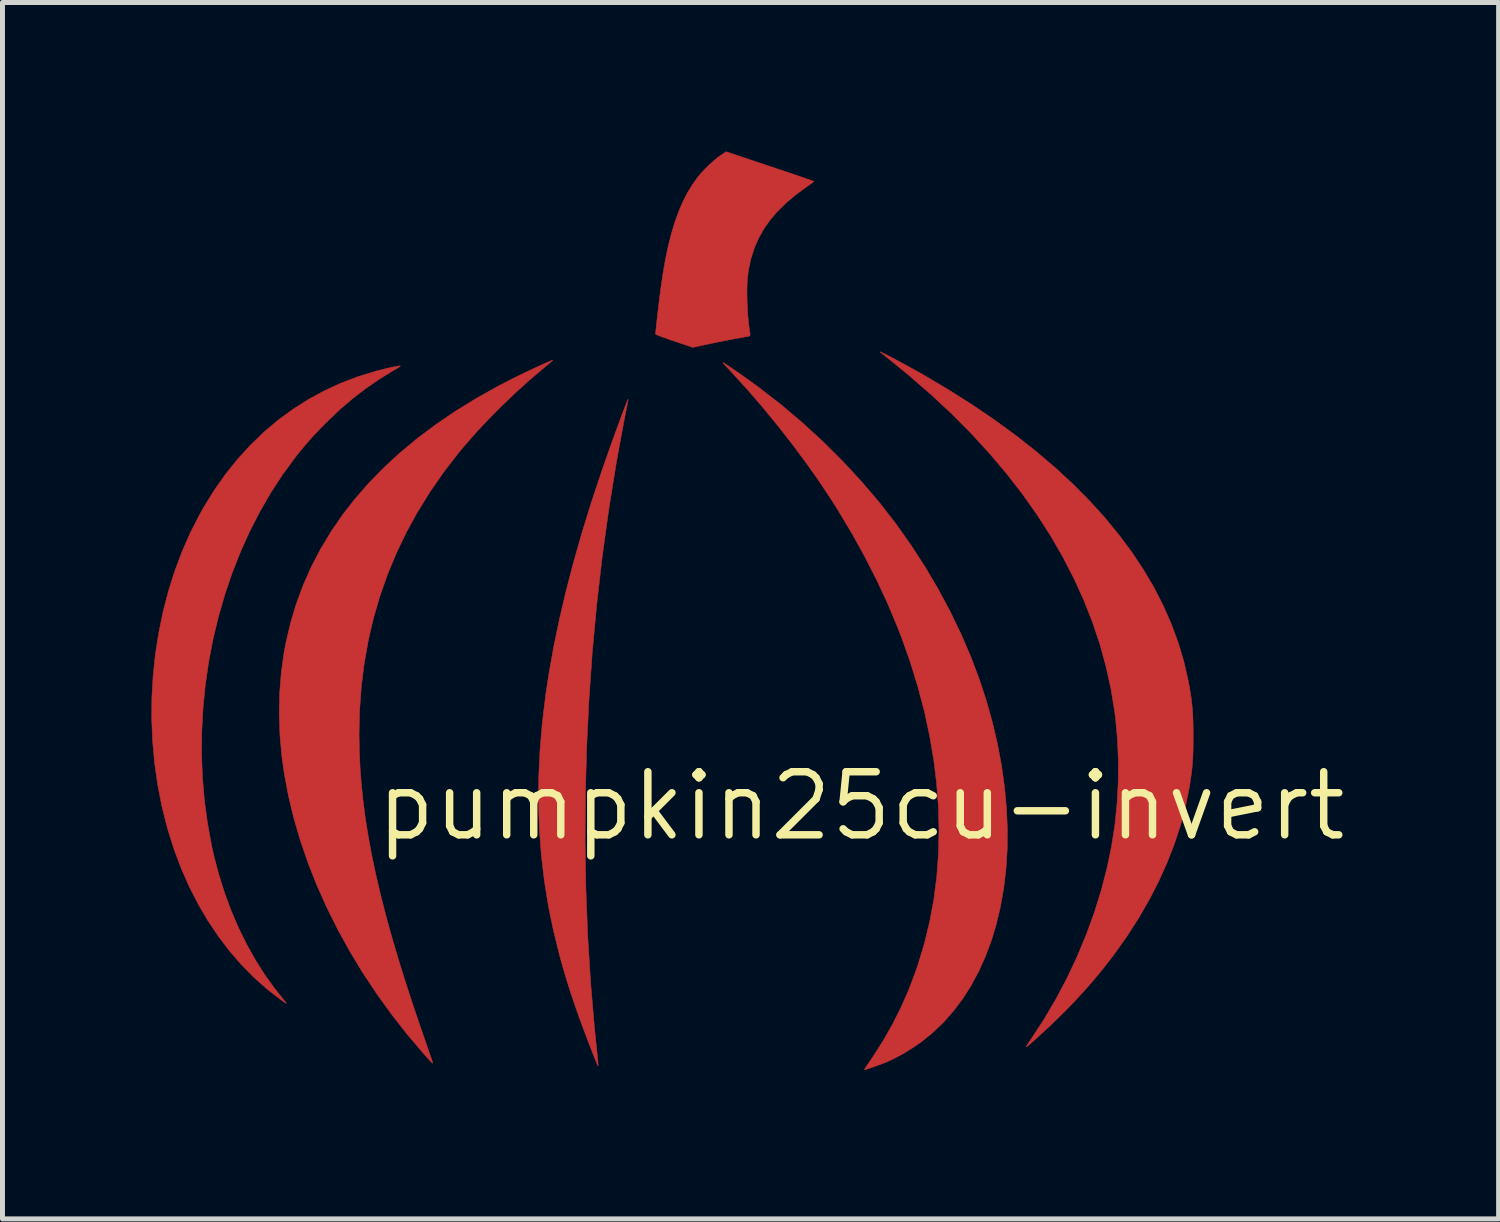
<source format=kicad_pcb>
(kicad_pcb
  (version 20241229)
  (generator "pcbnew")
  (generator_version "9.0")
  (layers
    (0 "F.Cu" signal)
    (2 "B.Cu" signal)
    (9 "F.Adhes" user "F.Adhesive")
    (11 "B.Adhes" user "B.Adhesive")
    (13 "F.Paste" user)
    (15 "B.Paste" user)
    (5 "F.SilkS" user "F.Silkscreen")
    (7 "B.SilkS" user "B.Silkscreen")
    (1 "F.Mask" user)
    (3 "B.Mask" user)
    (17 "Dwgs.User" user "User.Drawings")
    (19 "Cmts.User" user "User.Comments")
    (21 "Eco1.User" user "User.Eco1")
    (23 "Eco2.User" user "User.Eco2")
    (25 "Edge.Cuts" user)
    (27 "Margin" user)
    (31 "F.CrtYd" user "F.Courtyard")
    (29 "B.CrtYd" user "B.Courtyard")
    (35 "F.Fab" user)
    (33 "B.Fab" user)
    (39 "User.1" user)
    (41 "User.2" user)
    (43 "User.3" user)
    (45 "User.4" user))
  (footprint "pumpkin25cu-invert"
    (layer "F.Cu")
    (at 14.288 13.178)
    (property "Reference" "pumpkin25cu-invert" (at 0 0 0) (layer "F.SilkS") (effects (font (size 1.27 1.27) (thickness 0.15))))
    (attr through_hole)
    (fp_poly (pts (xy -4.692 -8.175) (xy -4.697 -8.146) (xy -4.699 -8.134) (xy -4.709 -8.087) (xy -4.723 -8.019) (xy -4.74 -7.933) (xy -4.759 -7.831) (xy -4.781 -7.719) (xy -4.804 -7.598) (xy -4.827 -7.473) (xy -4.85 -7.347) (xy -4.873 -7.223) (xy -4.895 -7.104) (xy -4.914 -6.995) (xy -4.932 -6.898) (xy -4.934 -6.885) (xy -5.084 -5.954) (xy -5.214 -5.014) (xy -5.323 -4.066) (xy -5.412 -3.112) (xy -5.479 -2.154) (xy -5.526 -1.195) (xy -5.552 -0.236) (xy -5.558 0.721) (xy -5.542 1.673) (xy -5.505 2.618) (xy -5.447 3.555) (xy -5.368 4.481) (xy -5.323 4.918) (xy -5.314 5.004) (xy -5.306 5.081) (xy -5.3 5.146) (xy -5.296 5.195) (xy -5.295 5.225) (xy -5.295 5.232) (xy -5.303 5.221) (xy -5.317 5.191) (xy -5.335 5.148) (xy -5.351 5.109) (xy -5.466 4.817) (xy -5.57 4.544) (xy -5.665 4.288) (xy -5.751 4.044) (xy -5.83 3.81) (xy -5.904 3.582) (xy -5.972 3.357) (xy -6.037 3.132) (xy -6.064 3.033) (xy -6.19 2.528) (xy -6.295 2.022) (xy -6.377 1.512) (xy -6.438 0.999) (xy -6.477 0.48) (xy -6.495 -0.046) (xy -6.491 -0.579) (xy -6.466 -1.121) (xy -6.419 -1.674) (xy -6.351 -2.238) (xy -6.286 -2.664) (xy -6.191 -3.199) (xy -6.077 -3.748) (xy -5.945 -4.312) (xy -5.795 -4.89) (xy -5.626 -5.484) (xy -5.438 -6.093) (xy -5.231 -6.718) (xy -5.006 -7.359) (xy -4.943 -7.531) (xy -4.888 -7.681) (xy -4.839 -7.813) (xy -4.797 -7.926) (xy -4.761 -8.021) (xy -4.732 -8.096) (xy -4.711 -8.149) (xy -4.697 -8.18) (xy -4.692 -8.188) (xy -4.692 -8.175)) (stroke (width 0.01) (type solid)) (fill yes) (layer "F.Cu"))
    (fp_poly (pts (xy -1.836 -12.878) (xy -1.693 -12.83) (xy -1.556 -12.784) (xy -1.429 -12.742) (xy -1.313 -12.702) (xy -1.21 -12.667) (xy -1.121 -12.636) (xy -1.05 -12.611) (xy -0.996 -12.592) (xy -0.963 -12.58) (xy -0.953 -12.575) (xy -0.963 -12.565) (xy -0.99 -12.544) (xy -1.03 -12.515) (xy -1.079 -12.481) (xy -1.081 -12.479) (xy -1.304 -12.317) (xy -1.503 -12.151) (xy -1.678 -11.98) (xy -1.83 -11.804) (xy -1.959 -11.62) (xy -2.066 -11.429) (xy -2.153 -11.228) (xy -2.22 -11.018) (xy -2.267 -10.796) (xy -2.285 -10.662) (xy -2.294 -10.56) (xy -2.298 -10.44) (xy -2.299 -10.305) (xy -2.296 -10.162) (xy -2.29 -10.017) (xy -2.281 -9.875) (xy -2.269 -9.741) (xy -2.254 -9.622) (xy -2.248 -9.582) (xy -2.239 -9.527) (xy -2.236 -9.492) (xy -2.24 -9.472) (xy -2.252 -9.462) (xy -2.273 -9.456) (xy -2.276 -9.456) (xy -2.472 -9.421) (xy -2.67 -9.384) (xy -2.863 -9.346) (xy -3.042 -9.308) (xy -3.099 -9.296) (xy -3.181 -9.278) (xy -3.254 -9.262) (xy -3.315 -9.249) (xy -3.36 -9.24) (xy -3.386 -9.235) (xy -3.391 -9.234) (xy -3.404 -9.239) (xy -3.438 -9.25) (xy -3.491 -9.268) (xy -3.558 -9.291) (xy -3.638 -9.318) (xy -3.726 -9.348) (xy -3.765 -9.361) (xy -3.857 -9.392) (xy -3.941 -9.422) (xy -4.013 -9.448) (xy -4.072 -9.47) (xy -4.113 -9.486) (xy -4.135 -9.496) (xy -4.138 -9.498) (xy -4.137 -9.515) (xy -4.135 -9.553) (xy -4.129 -9.611) (xy -4.122 -9.685) (xy -4.112 -9.772) (xy -4.101 -9.87) (xy -4.089 -9.974) (xy -4.076 -10.082) (xy -4.063 -10.192) (xy -4.049 -10.299) (xy -4.037 -10.395) (xy -3.991 -10.712) (xy -3.94 -11.006) (xy -3.883 -11.278) (xy -3.819 -11.529) (xy -3.749 -11.759) (xy -3.672 -11.972) (xy -3.588 -12.168) (xy -3.496 -12.348) (xy -3.395 -12.513) (xy -3.286 -12.665) (xy -3.284 -12.668) (xy -3.218 -12.746) (xy -3.138 -12.83) (xy -3.052 -12.915) (xy -2.964 -12.994) (xy -2.881 -13.062) (xy -2.83 -13.098) (xy -2.72 -13.173) (xy -1.836 -12.878)) (stroke (width 0.01) (type solid)) (fill yes) (layer "F.Cu"))
    (fp_poly (pts (xy -9.28 -8.861) (xy -9.279 -8.856) (xy -9.293 -8.845) (xy -9.323 -8.826) (xy -9.371 -8.797) (xy -9.43 -8.763) (xy -9.71 -8.589) (xy -9.975 -8.406) (xy -10.228 -8.212) (xy -10.475 -8.002) (xy -10.72 -7.771) (xy -10.783 -7.709) (xy -10.917 -7.573) (xy -11.036 -7.446) (xy -11.147 -7.322) (xy -11.255 -7.194) (xy -11.365 -7.057) (xy -11.392 -7.023) (xy -11.65 -6.671) (xy -11.891 -6.301) (xy -12.113 -5.916) (xy -12.317 -5.517) (xy -12.502 -5.105) (xy -12.668 -4.682) (xy -12.815 -4.248) (xy -12.942 -3.806) (xy -13.05 -3.356) (xy -13.137 -2.901) (xy -13.204 -2.441) (xy -13.25 -1.977) (xy -13.275 -1.512) (xy -13.28 -1.046) (xy -13.262 -0.58) (xy -13.223 -0.117) (xy -13.161 0.342) (xy -13.078 0.797) (xy -13.029 1.016) (xy -12.93 1.39) (xy -12.814 1.757) (xy -12.681 2.115) (xy -12.532 2.461) (xy -12.368 2.793) (xy -12.191 3.109) (xy -12.001 3.408) (xy -11.799 3.686) (xy -11.717 3.789) (xy -11.663 3.855) (xy -11.624 3.904) (xy -11.597 3.938) (xy -11.58 3.959) (xy -11.573 3.971) (xy -11.572 3.975) (xy -11.573 3.975) (xy -11.585 3.968) (xy -11.613 3.95) (xy -11.652 3.922) (xy -11.679 3.903) (xy -11.958 3.688) (xy -12.225 3.451) (xy -12.479 3.193) (xy -12.718 2.916) (xy -12.942 2.621) (xy -13.152 2.308) (xy -13.345 1.978) (xy -13.523 1.632) (xy -13.683 1.271) (xy -13.825 0.896) (xy -13.949 0.508) (xy -13.975 0.417) (xy -14.081 -0.006) (xy -14.164 -0.434) (xy -14.225 -0.868) (xy -14.265 -1.305) (xy -14.283 -1.743) (xy -14.28 -2.181) (xy -14.255 -2.618) (xy -14.21 -3.052) (xy -14.143 -3.481) (xy -14.056 -3.904) (xy -13.949 -4.319) (xy -13.821 -4.725) (xy -13.673 -5.12) (xy -13.505 -5.502) (xy -13.317 -5.87) (xy -13.233 -6.02) (xy -13.022 -6.361) (xy -12.795 -6.682) (xy -12.553 -6.984) (xy -12.296 -7.265) (xy -12.026 -7.526) (xy -11.741 -7.767) (xy -11.443 -7.986) (xy -11.132 -8.184) (xy -10.808 -8.36) (xy -10.472 -8.515) (xy -10.124 -8.647) (xy -9.764 -8.757) (xy -9.538 -8.814) (xy -9.471 -8.828) (xy -9.406 -8.842) (xy -9.352 -8.852) (xy -9.315 -8.858) (xy -9.293 -8.861) (xy -9.28 -8.861)) (stroke (width 0.01) (type solid)) (fill yes) (layer "F.Cu"))
    (fp_poly (pts (xy -6.21 -8.973) (xy -6.22 -8.964) (xy -6.245 -8.941) (xy -6.285 -8.908) (xy -6.334 -8.867) (xy -6.385 -8.825) (xy -6.674 -8.579) (xy -6.959 -8.322) (xy -7.236 -8.057) (xy -7.502 -7.789) (xy -7.754 -7.52) (xy -7.987 -7.254) (xy -8.112 -7.103) (xy -8.409 -6.718) (xy -8.682 -6.324) (xy -8.931 -5.922) (xy -9.157 -5.511) (xy -9.358 -5.092) (xy -9.535 -4.665) (xy -9.689 -4.228) (xy -9.819 -3.783) (xy -9.924 -3.33) (xy -10.006 -2.867) (xy -10.064 -2.396) (xy -10.099 -1.916) (xy -10.109 -1.454) (xy -10.104 -1.124) (xy -10.089 -0.79) (xy -10.064 -0.451) (xy -10.028 -0.105) (xy -9.982 0.248) (xy -9.924 0.609) (xy -9.856 0.981) (xy -9.775 1.364) (xy -9.683 1.76) (xy -9.579 2.169) (xy -9.462 2.594) (xy -9.333 3.035) (xy -9.191 3.493) (xy -9.036 3.971) (xy -8.867 4.468) (xy -8.863 4.478) (xy -8.825 4.588) (xy -8.788 4.695) (xy -8.754 4.795) (xy -8.723 4.885) (xy -8.696 4.962) (xy -8.676 5.022) (xy -8.662 5.062) (xy -8.66 5.066) (xy -8.644 5.114) (xy -8.633 5.152) (xy -8.628 5.175) (xy -8.628 5.178) (xy -8.638 5.171) (xy -8.661 5.147) (xy -8.696 5.11) (xy -8.74 5.062) (xy -8.789 5.008) (xy -9.128 4.61) (xy -9.449 4.201) (xy -9.75 3.784) (xy -10.033 3.358) (xy -10.295 2.925) (xy -10.537 2.486) (xy -10.759 2.042) (xy -10.958 1.595) (xy -11.136 1.145) (xy -11.291 0.693) (xy -11.423 0.241) (xy -11.531 -0.21) (xy -11.615 -0.659) (xy -11.664 -1.01) (xy -11.702 -1.436) (xy -11.716 -1.859) (xy -11.707 -2.277) (xy -11.674 -2.689) (xy -11.618 -3.094) (xy -11.581 -3.289) (xy -11.488 -3.685) (xy -11.372 -4.072) (xy -11.232 -4.45) (xy -11.069 -4.818) (xy -10.882 -5.176) (xy -10.672 -5.524) (xy -10.44 -5.863) (xy -10.184 -6.191) (xy -9.905 -6.51) (xy -9.603 -6.818) (xy -9.279 -7.116) (xy -8.932 -7.404) (xy -8.563 -7.68) (xy -8.171 -7.947) (xy -7.757 -8.202) (xy -7.321 -8.447) (xy -7.068 -8.578) (xy -6.978 -8.623) (xy -6.883 -8.67) (xy -6.785 -8.717) (xy -6.687 -8.764) (xy -6.591 -8.809) (xy -6.5 -8.851) (xy -6.417 -8.889) (xy -6.345 -8.921) (xy -6.285 -8.947) (xy -6.242 -8.965) (xy -6.216 -8.973) (xy -6.21 -8.973)) (stroke (width 0.01) (type solid)) (fill yes) (layer "F.Cu"))
    (fp_poly (pts (xy -2.764 -8.919) (xy -2.762 -8.918) (xy -2.738 -8.904) (xy -2.697 -8.877) (xy -2.641 -8.839) (xy -2.574 -8.793) (xy -2.499 -8.741) (xy -2.419 -8.685) (xy -2.337 -8.628) (xy -2.257 -8.571) (xy -2.181 -8.516) (xy -2.114 -8.467) (xy -2.074 -8.438) (xy -1.627 -8.092) (xy -1.195 -7.727) (xy -0.777 -7.345) (xy -0.378 -6.948) (xy 0.002 -6.538) (xy 0.361 -6.117) (xy 0.383 -6.09) (xy 0.701 -5.68) (xy 1.001 -5.256) (xy 1.283 -4.821) (xy 1.546 -4.376) (xy 1.789 -3.923) (xy 2.01 -3.465) (xy 2.209 -3.002) (xy 2.384 -2.537) (xy 2.522 -2.116) (xy 2.645 -1.677) (xy 2.747 -1.24) (xy 2.827 -0.807) (xy 2.887 -0.378) (xy 2.926 0.044) (xy 2.944 0.46) (xy 2.941 0.868) (xy 2.916 1.267) (xy 2.87 1.657) (xy 2.803 2.035) (xy 2.715 2.401) (xy 2.624 2.703) (xy 2.505 3.022) (xy 2.369 3.324) (xy 2.217 3.608) (xy 2.049 3.874) (xy 1.864 4.121) (xy 1.664 4.348) (xy 1.448 4.556) (xy 1.217 4.744) (xy 1.073 4.845) (xy 0.861 4.978) (xy 0.653 5.089) (xy 0.521 5.15) (xy 0.475 5.169) (xy 0.417 5.191) (xy 0.352 5.216) (xy 0.284 5.24) (xy 0.218 5.263) (xy 0.16 5.283) (xy 0.113 5.298) (xy 0.082 5.307) (xy 0.073 5.309) (xy 0.07 5.3) (xy 0.081 5.28) (xy 0.094 5.261) (xy 0.119 5.224) (xy 0.153 5.174) (xy 0.193 5.114) (xy 0.238 5.048) (xy 0.246 5.036) (xy 0.454 4.708) (xy 0.641 4.378) (xy 0.809 4.042) (xy 0.961 3.694) (xy 1.099 3.33) (xy 1.149 3.181) (xy 1.278 2.753) (xy 1.383 2.317) (xy 1.465 1.872) (xy 1.523 1.42) (xy 1.557 0.961) (xy 1.568 0.495) (xy 1.556 0.024) (xy 1.52 -0.453) (xy 1.461 -0.934) (xy 1.378 -1.419) (xy 1.273 -1.908) (xy 1.143 -2.4) (xy 0.991 -2.894) (xy 0.816 -3.389) (xy 0.721 -3.632) (xy 0.527 -4.093) (xy 0.31 -4.558) (xy 0.072 -5.024) (xy -0.185 -5.488) (xy -0.46 -5.948) (xy -0.614 -6.191) (xy -0.856 -6.554) (xy -1.117 -6.924) (xy -1.394 -7.295) (xy -1.682 -7.663) (xy -1.978 -8.024) (xy -2.279 -8.373) (xy -2.58 -8.704) (xy -2.635 -8.763) (xy -2.678 -8.809) (xy -2.717 -8.851) (xy -2.747 -8.884) (xy -2.762 -8.901) (xy -2.779 -8.922) (xy -2.779 -8.927) (xy -2.764 -8.919)) (stroke (width 0.01) (type solid)) (fill yes) (layer "F.Cu"))
    (fp_poly (pts (xy 0.392 -9.142) (xy 0.421 -9.128) (xy 0.457 -9.111) (xy 0.516 -9.082) (xy 0.592 -9.042) (xy 0.682 -8.994) (xy 0.783 -8.94) (xy 0.889 -8.882) (xy 0.998 -8.823) (xy 1.104 -8.764) (xy 1.204 -8.708) (xy 1.269 -8.671) (xy 1.767 -8.376) (xy 2.241 -8.075) (xy 2.693 -7.768) (xy 3.12 -7.456) (xy 3.524 -7.137) (xy 3.905 -6.813) (xy 4.261 -6.484) (xy 4.594 -6.149) (xy 4.903 -5.809) (xy 5.187 -5.463) (xy 5.448 -5.113) (xy 5.684 -4.758) (xy 5.896 -4.398) (xy 6.083 -4.033) (xy 6.245 -3.664) (xy 6.383 -3.291) (xy 6.496 -2.913) (xy 6.584 -2.531) (xy 6.598 -2.457) (xy 6.622 -2.32) (xy 6.642 -2.194) (xy 6.657 -2.075) (xy 6.668 -1.957) (xy 6.677 -1.835) (xy 6.682 -1.703) (xy 6.685 -1.557) (xy 6.685 -1.403) (xy 6.685 -1.25) (xy 6.683 -1.116) (xy 6.679 -0.997) (xy 6.673 -0.888) (xy 6.664 -0.782) (xy 6.652 -0.676) (xy 6.636 -0.562) (xy 6.617 -0.437) (xy 6.604 -0.358) (xy 6.529 0.013) (xy 6.43 0.387) (xy 6.307 0.763) (xy 6.16 1.139) (xy 5.991 1.514) (xy 5.8 1.886) (xy 5.588 2.255) (xy 5.354 2.619) (xy 5.1 2.977) (xy 5.078 3.006) (xy 4.897 3.241) (xy 4.714 3.465) (xy 4.524 3.685) (xy 4.321 3.906) (xy 4.128 4.106) (xy 4.064 4.171) (xy 3.991 4.242) (xy 3.914 4.317) (xy 3.833 4.395) (xy 3.751 4.472) (xy 3.671 4.547) (xy 3.593 4.619) (xy 3.521 4.684) (xy 3.457 4.742) (xy 3.403 4.789) (xy 3.36 4.824) (xy 3.332 4.846) (xy 3.321 4.851) (xy 3.325 4.842) (xy 3.342 4.815) (xy 3.368 4.774) (xy 3.402 4.723) (xy 3.42 4.696) (xy 3.681 4.297) (xy 3.923 3.886) (xy 4.146 3.464) (xy 4.349 3.033) (xy 4.531 2.595) (xy 4.693 2.152) (xy 4.832 1.705) (xy 4.949 1.257) (xy 5.042 0.81) (xy 5.111 0.365) (xy 5.111 0.362) (xy 5.153 -0.054) (xy 5.176 -0.477) (xy 5.179 -0.903) (xy 5.162 -1.324) (xy 5.125 -1.737) (xy 5.105 -1.899) (xy 5.03 -2.356) (xy 4.93 -2.81) (xy 4.806 -3.261) (xy 4.656 -3.707) (xy 4.482 -4.148) (xy 4.283 -4.585) (xy 4.06 -5.017) (xy 3.813 -5.444) (xy 3.542 -5.866) (xy 3.247 -6.283) (xy 2.928 -6.694) (xy 2.586 -7.098) (xy 2.22 -7.497) (xy 1.831 -7.89) (xy 1.418 -8.275) (xy 0.982 -8.654) (xy 0.647 -8.929) (xy 0.583 -8.98) (xy 0.523 -9.028) (xy 0.471 -9.07) (xy 0.431 -9.102) (xy 0.406 -9.121) (xy 0.406 -9.122) (xy 0.386 -9.138) (xy 0.381 -9.145) (xy 0.392 -9.142)) (stroke (width 0.01) (type solid)) (fill yes) (layer "F.Cu")))
  (gr_rect
    (start -3 -3)
    (end 27.123 21.491)
    (stroke (width 0.1) (type default))
    (fill no)
    (layer "Edge.Cuts")))
</source>
